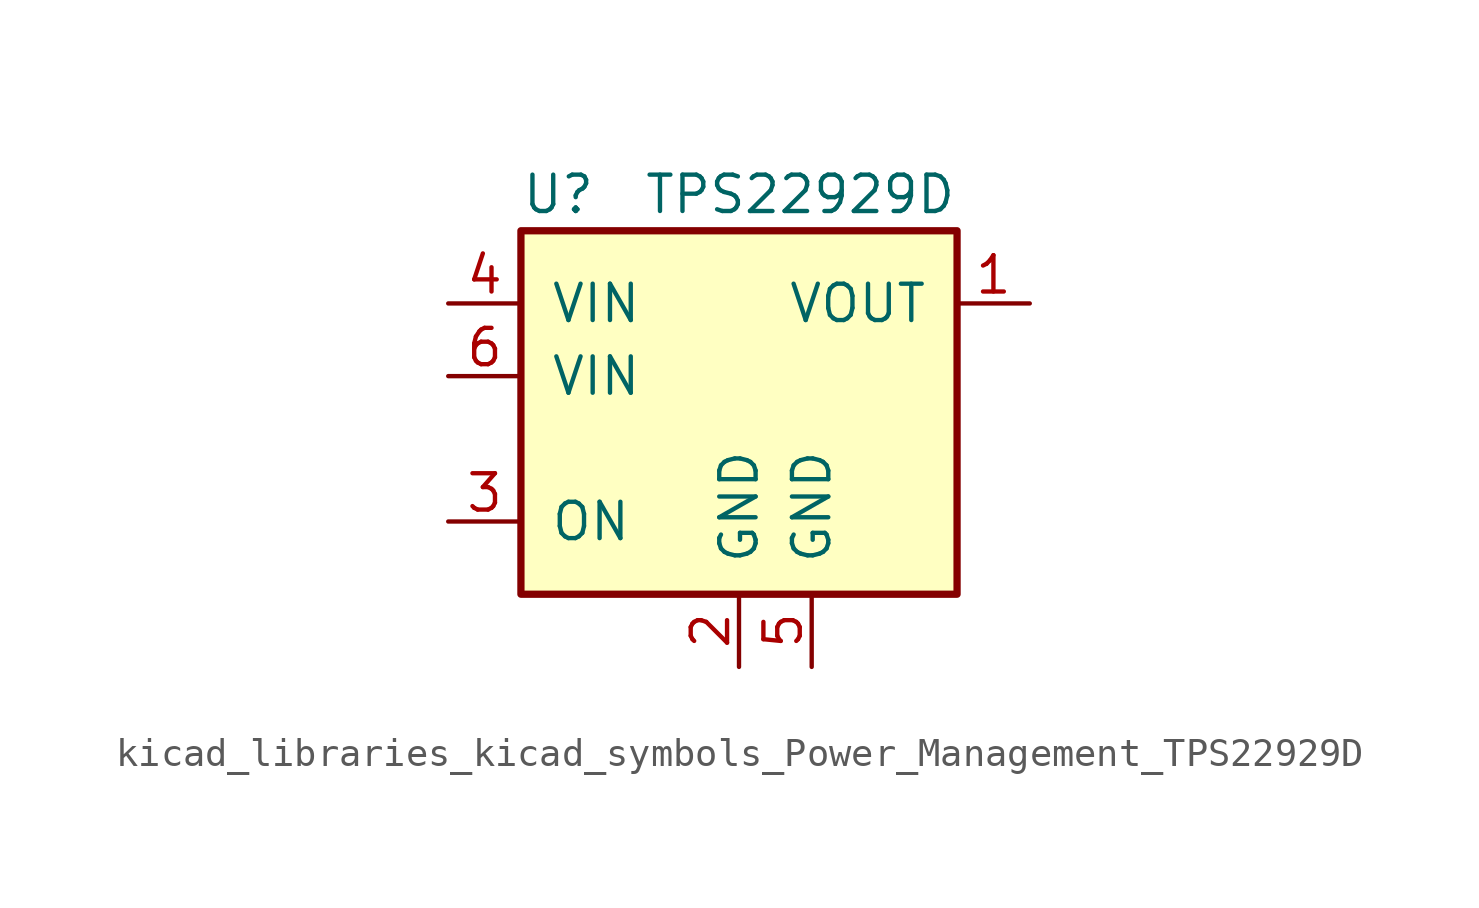
<source format=kicad_sym>
(kicad_symbol_lib
  (version 20220914)
  (generator kicad_symbol_editor)
  (symbol "kicad_libraries_kicad_symbols_Power_Management_TPS22929D"
    (pin_names
      (offset 1.016))
    (property "Reference" "U"
      (at -7.62 8.89 0)
      (effects (font (size 1.27 1.27)) (justify left)))
    (property "Value" "TPS22929D"
      (at 7.62 8.89 0)
      (effects (font (size 1.27 1.27)) (justify right)))
    (symbol "kicad_libraries_kicad_symbols_Power_Management_TPS22929D_0_1"
      (rectangle (start -7.62 7.62) (end 7.62 -5.08) (stroke (width 0.254) (type default)) (fill (type background))))
    (symbol "kicad_libraries_kicad_symbols_Power_Management_TPS22929D_1_1"
      (pin power_out line (at 10.16 5.08 180) (length 2.54) (name "VOUT" (effects (font (size 1.27 1.27)))) (number "1" (effects (font (size 1.27 1.27)))))
      (pin power_in line (at 0 -7.62 90) (length 2.54) (name "GND" (effects (font (size 1.27 1.27)))) (number "2" (effects (font (size 1.27 1.27)))))
      (pin input line (at -10.16 -2.54 0) (length 2.54) (name "ON" (effects (font (size 1.27 1.27)))) (number "3" (effects (font (size 1.27 1.27)))))
      (pin power_in line (at -10.16 5.08 0) (length 2.54) (name "VIN" (effects (font (size 1.27 1.27)))) (number "4" (effects (font (size 1.27 1.27)))))
      (pin power_in line (at 2.54 -7.62 90) (length 2.54) (name "GND" (effects (font (size 1.27 1.27)))) (number "5" (effects (font (size 1.27 1.27)))))
      (pin power_in line (at -10.16 2.54 0) (length 2.54) (name "VIN" (effects (font (size 1.27 1.27)))) (number "6" (effects (font (size 1.27 1.27))))))))
</source>
